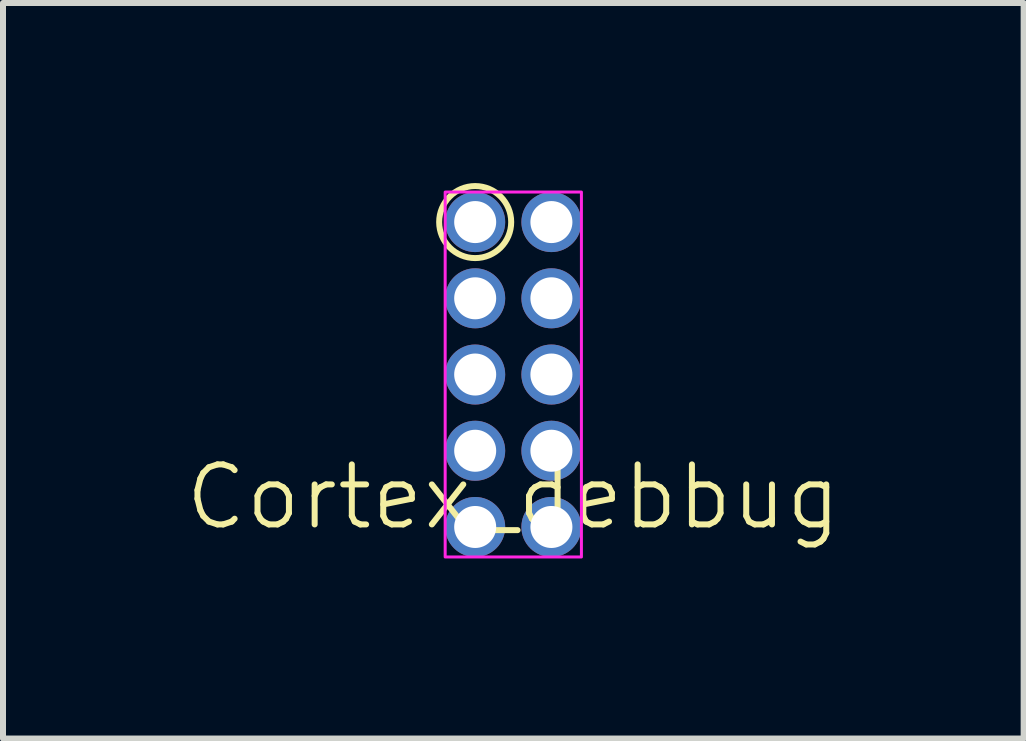
<source format=kicad_pcb>
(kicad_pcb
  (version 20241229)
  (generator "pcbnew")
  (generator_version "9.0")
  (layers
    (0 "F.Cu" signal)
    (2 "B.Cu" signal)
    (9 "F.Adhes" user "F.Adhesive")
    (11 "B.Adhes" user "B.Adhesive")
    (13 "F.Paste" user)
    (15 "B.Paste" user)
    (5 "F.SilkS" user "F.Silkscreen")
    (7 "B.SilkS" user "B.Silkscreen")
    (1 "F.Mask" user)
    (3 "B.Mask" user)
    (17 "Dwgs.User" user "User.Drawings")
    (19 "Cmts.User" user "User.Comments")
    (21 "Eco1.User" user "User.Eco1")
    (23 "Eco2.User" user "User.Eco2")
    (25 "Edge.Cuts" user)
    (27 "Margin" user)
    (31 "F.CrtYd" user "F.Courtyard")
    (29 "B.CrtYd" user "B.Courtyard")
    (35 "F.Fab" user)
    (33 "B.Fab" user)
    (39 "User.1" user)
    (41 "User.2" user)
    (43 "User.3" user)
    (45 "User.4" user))
  (footprint "Cortex_debbug"
    (layer "F.Cu")
    (at 5.502 3.19)
    (property "Reference" "Cortex_debbug" (at 0 2.04 0) (unlocked yes) (layer "F.SilkS") (effects (font (size 1 1) (thickness 0.1))))
    (attr smd)
    (fp_circle (center -0.635 -2.54) (end -0.035 -2.54) (stroke (width 0.1) (type default)) (fill no) (layer "F.SilkS"))
    (fp_rect (start -1.135 -3.04) (end 1.135 3.04) (stroke (width 0.05) (type default)) (fill no) (layer "F.CrtYd"))
    (pad "1" thru_hole circle (at -0.635 -2.54) (size 1 1) (drill 0.7) (layers "*.Cu" "*.Mask"))
    (pad "2" thru_hole circle (at 0.635 -2.54) (size 1 1) (drill 0.7) (layers "*.Cu" "*.Mask"))
    (pad "3" thru_hole circle (at -0.635 -1.27) (size 1 1) (drill 0.7) (layers "*.Cu" "*.Mask"))
    (pad "4" thru_hole circle (at 0.635 -1.27) (size 1 1) (drill 0.7) (layers "*.Cu" "*.Mask"))
    (pad "5" thru_hole circle (at -0.635 0) (size 1 1) (drill 0.7) (layers "*.Cu" "*.Mask"))
    (pad "6" thru_hole circle (at 0.635 0) (size 1 1) (drill 0.7) (layers "*.Cu" "*.Mask"))
    (pad "7" thru_hole circle (at -0.635 1.27) (size 1 1) (drill 0.7) (layers "*.Cu" "*.Mask"))
    (pad "8" thru_hole circle (at 0.635 1.27) (size 1 1) (drill 0.7) (layers "*.Cu" "*.Mask"))
    (pad "9" thru_hole circle (at -0.635 2.54) (size 1 1) (drill 0.7) (layers "*.Cu" "*.Mask"))
    (pad "10" thru_hole circle (at 0.635 2.54) (size 1 1) (drill 0.7) (layers "*.Cu" "*.Mask")))
  (gr_rect
    (start -3 -3)
    (end 14.005 9.255)
    (stroke (width 0.1) (type default))
    (fill no)
    (layer "Edge.Cuts")))
</source>
